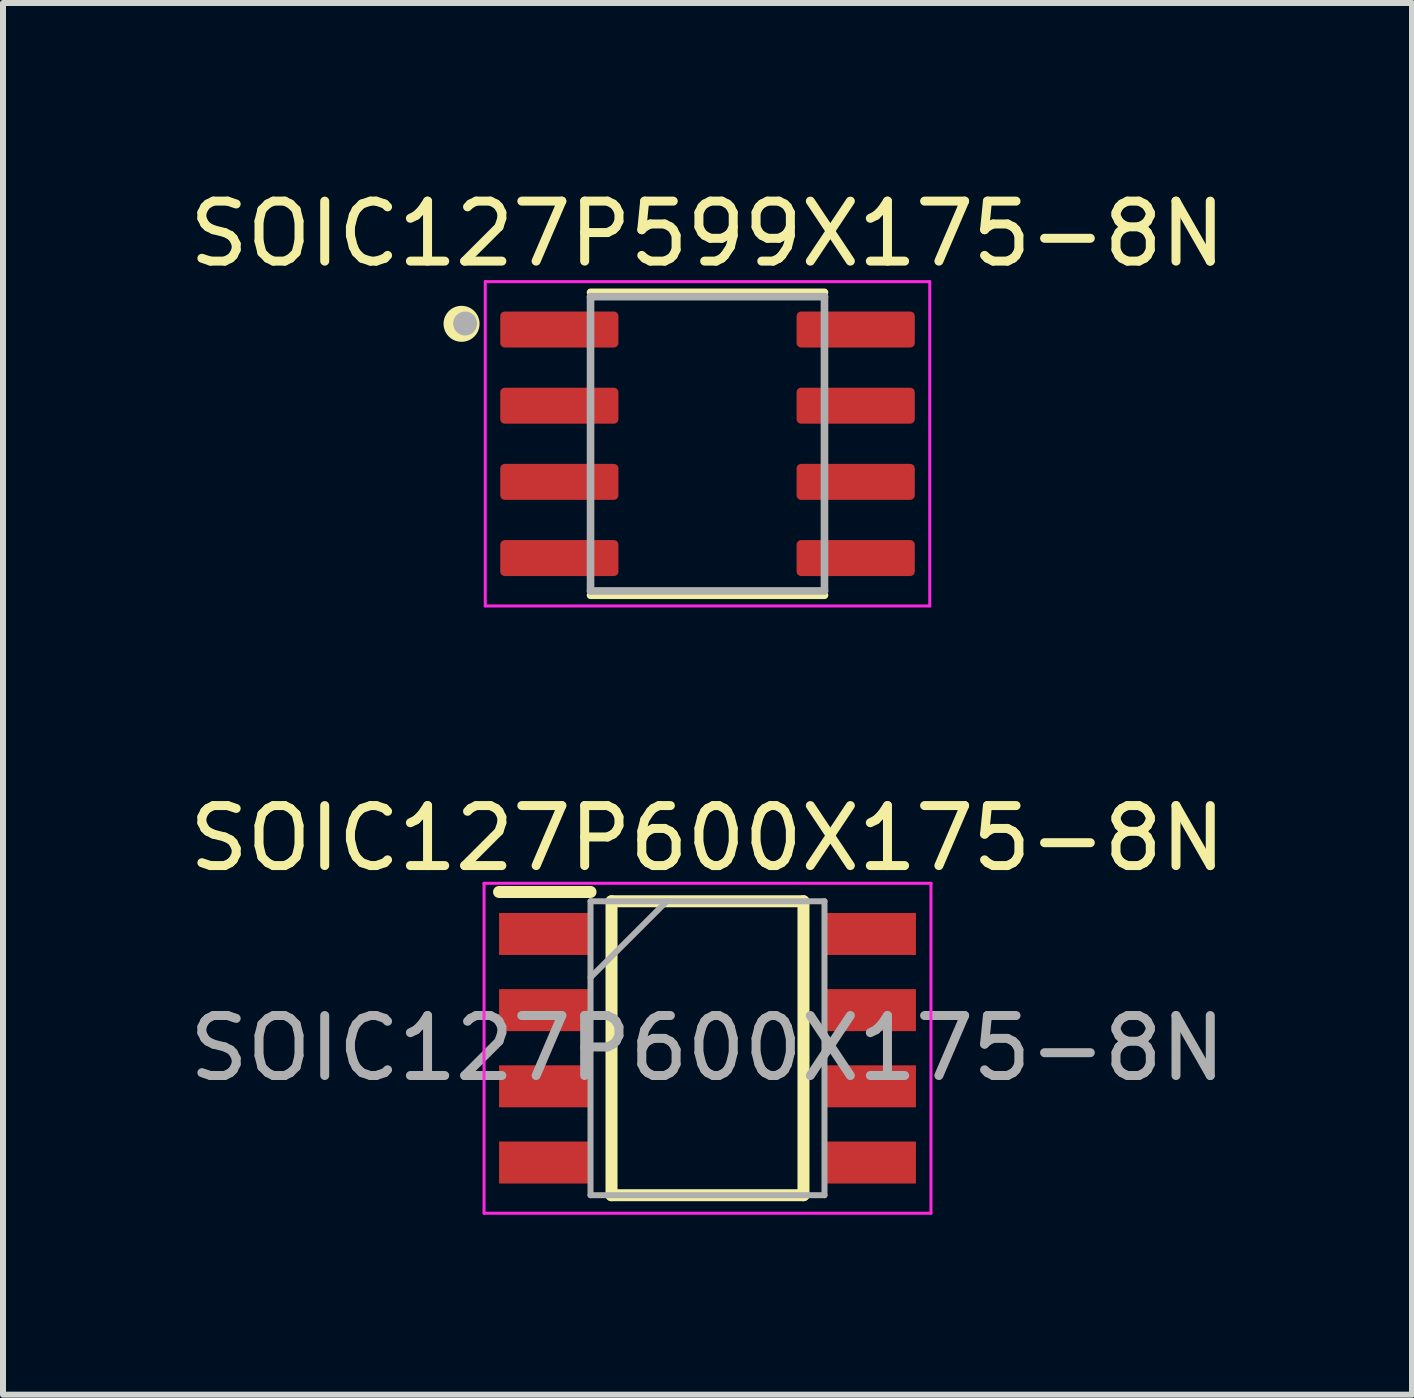
<source format=kicad_pcb>
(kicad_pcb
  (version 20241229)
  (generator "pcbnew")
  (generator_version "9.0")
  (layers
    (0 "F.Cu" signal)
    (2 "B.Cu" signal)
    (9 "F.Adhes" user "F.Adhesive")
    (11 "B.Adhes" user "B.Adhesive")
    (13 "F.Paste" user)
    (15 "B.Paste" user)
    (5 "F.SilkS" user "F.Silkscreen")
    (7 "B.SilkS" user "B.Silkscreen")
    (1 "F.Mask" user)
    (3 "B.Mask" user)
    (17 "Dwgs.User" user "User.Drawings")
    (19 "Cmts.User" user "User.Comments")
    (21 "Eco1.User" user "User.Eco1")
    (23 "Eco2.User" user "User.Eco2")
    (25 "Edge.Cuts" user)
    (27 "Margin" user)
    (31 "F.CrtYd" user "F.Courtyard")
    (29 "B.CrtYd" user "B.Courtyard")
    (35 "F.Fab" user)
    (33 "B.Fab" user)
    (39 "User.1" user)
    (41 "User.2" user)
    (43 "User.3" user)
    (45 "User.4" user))
  (footprint "SOIC127P599X175-8N"
    (layer "F.Cu")
    (at 8.744 4.348)
    (property "Reference" "SOIC127P599X175-8N" (at 0 -3.5 0) (layer "F.SilkS") (effects (font (size 1 1) (thickness 0.15))))
    (attr smd)
    (fp_line (start -1.95 -2.525) (end 1.95 -2.525) (stroke (width 0.127) (type solid)) (layer "F.SilkS"))
    (fp_line (start -1.95 2.525) (end 1.95 2.525) (stroke (width 0.127) (type solid)) (layer "F.SilkS"))
    (fp_circle (center -4.1 -2) (end -3.9 -2) (stroke (width 0.2) (type solid)) (fill yes) (layer "F.SilkS"))
    (fp_line (start -3.705 -2.703) (end -3.705 2.703) (stroke (width 0.05) (type solid)) (layer "F.CrtYd"))
    (fp_line (start -3.705 -2.703) (end 3.705 -2.703) (stroke (width 0.05) (type solid)) (layer "F.CrtYd"))
    (fp_line (start -3.705 2.703) (end 3.705 2.703) (stroke (width 0.05) (type solid)) (layer "F.CrtYd"))
    (fp_line (start 3.705 -2.703) (end 3.705 2.703) (stroke (width 0.05) (type solid)) (layer "F.CrtYd"))
    (fp_line (start -1.95 -2.453) (end -1.95 2.453) (stroke (width 0.127) (type solid)) (layer "F.Fab"))
    (fp_line (start -1.95 -2.453) (end 1.95 -2.453) (stroke (width 0.127) (type solid)) (layer "F.Fab"))
    (fp_line (start -1.95 2.453) (end 1.95 2.453) (stroke (width 0.127) (type solid)) (layer "F.Fab"))
    (fp_line (start 1.95 -2.453) (end 1.95 2.453) (stroke (width 0.127) (type solid)) (layer "F.Fab"))
    (fp_circle (center -4.04 -2.005) (end -3.94 -2.005) (stroke (width 0.2) (type solid)) (fill no) (layer "F.Fab"))
    (pad "1" smd roundrect (at -2.47 -1.905) (size 1.97 0.6) (layers "F.Cu" "F.Mask" "F.Paste") (roundrect_rratio 0.125))
    (pad "2" smd roundrect (at -2.47 -0.635) (size 1.97 0.6) (layers "F.Cu" "F.Mask" "F.Paste") (roundrect_rratio 0.125))
    (pad "3" smd roundrect (at -2.47 0.635) (size 1.97 0.6) (layers "F.Cu" "F.Mask" "F.Paste") (roundrect_rratio 0.125))
    (pad "4" smd roundrect (at -2.47 1.905) (size 1.97 0.6) (layers "F.Cu" "F.Mask" "F.Paste") (roundrect_rratio 0.125))
    (pad "5" smd roundrect (at 2.47 1.905) (size 1.97 0.6) (layers "F.Cu" "F.Mask" "F.Paste") (roundrect_rratio 0.125))
    (pad "6" smd roundrect (at 2.47 0.635) (size 1.97 0.6) (layers "F.Cu" "F.Mask" "F.Paste") (roundrect_rratio 0.125))
    (pad "7" smd roundrect (at 2.47 -0.635) (size 1.97 0.6) (layers "F.Cu" "F.Mask" "F.Paste") (roundrect_rratio 0.125))
    (pad "8" smd roundrect (at 2.47 -1.905) (size 1.97 0.6) (layers "F.Cu" "F.Mask" "F.Paste") (roundrect_rratio 0.125)))
  (footprint "SOIC127P600X175-8N"
    (layer "F.Cu")
    (at 8.744 14.424)
    (property "Reference" "SOIC127P600X175-8N" (at 0 -3.5 0) (layer "F.SilkS") (effects (font (size 1 1) (thickness 0.15))))
    (attr smd)
    (fp_line (start -3.475 -2.605) (end -1.95 -2.605) (stroke (width 0.2) (type solid)) (layer "F.SilkS"))
    (fp_line (start -1.6 -2.45) (end 1.6 -2.45) (stroke (width 0.2) (type solid)) (layer "F.SilkS"))
    (fp_line (start -1.6 2.45) (end -1.6 -2.45) (stroke (width 0.2) (type solid)) (layer "F.SilkS"))
    (fp_line (start 1.6 -2.45) (end 1.6 2.45) (stroke (width 0.2) (type solid)) (layer "F.SilkS"))
    (fp_line (start 1.6 2.45) (end -1.6 2.45) (stroke (width 0.2) (type solid)) (layer "F.SilkS"))
    (fp_line (start -3.725 -2.75) (end 3.725 -2.75) (stroke (width 0.05) (type solid)) (layer "F.CrtYd"))
    (fp_line (start -3.725 2.75) (end -3.725 -2.75) (stroke (width 0.05) (type solid)) (layer "F.CrtYd"))
    (fp_line (start 3.725 -2.75) (end 3.725 2.75) (stroke (width 0.05) (type solid)) (layer "F.CrtYd"))
    (fp_line (start 3.725 2.75) (end -3.725 2.75) (stroke (width 0.05) (type solid)) (layer "F.CrtYd"))
    (fp_line (start -1.95 -2.45) (end 1.95 -2.45) (stroke (width 0.1) (type solid)) (layer "F.Fab"))
    (fp_line (start -1.95 -1.18) (end -0.68 -2.45) (stroke (width 0.1) (type solid)) (layer "F.Fab"))
    (fp_line (start -1.95 2.45) (end -1.95 -2.45) (stroke (width 0.1) (type solid)) (layer "F.Fab"))
    (fp_line (start 1.95 -2.45) (end 1.95 2.45) (stroke (width 0.1) (type solid)) (layer "F.Fab"))
    (fp_line (start 1.95 2.45) (end -1.95 2.45) (stroke (width 0.1) (type solid)) (layer "F.Fab"))
    (fp_text user "${REFERENCE}" (at 0 0 0) (layer "F.Fab") (effects (font (size 1 1) (thickness 0.15))))
    (pad "1" smd rect (at -2.712 -1.905 90) (size 0.7 1.525) (layers "F.Cu" "F.Mask" "F.Paste"))
    (pad "2" smd rect (at -2.712 -0.635 90) (size 0.7 1.525) (layers "F.Cu" "F.Mask" "F.Paste"))
    (pad "3" smd rect (at -2.712 0.635 90) (size 0.7 1.525) (layers "F.Cu" "F.Mask" "F.Paste"))
    (pad "4" smd rect (at -2.712 1.905 90) (size 0.7 1.525) (layers "F.Cu" "F.Mask" "F.Paste"))
    (pad "5" smd rect (at 2.712 1.905 90) (size 0.7 1.525) (layers "F.Cu" "F.Mask" "F.Paste"))
    (pad "6" smd rect (at 2.712 0.635 90) (size 0.7 1.525) (layers "F.Cu" "F.Mask" "F.Paste"))
    (pad "7" smd rect (at 2.712 -0.635 90) (size 0.7 1.525) (layers "F.Cu" "F.Mask" "F.Paste"))
    (pad "8" smd rect (at 2.712 -1.905 90) (size 0.7 1.525) (layers "F.Cu" "F.Mask" "F.Paste")))
  (gr_rect
    (start -3 -3)
    (end 20.488 20.199)
    (stroke (width 0.1) (type default))
    (fill no)
    (layer "Edge.Cuts")))
</source>
